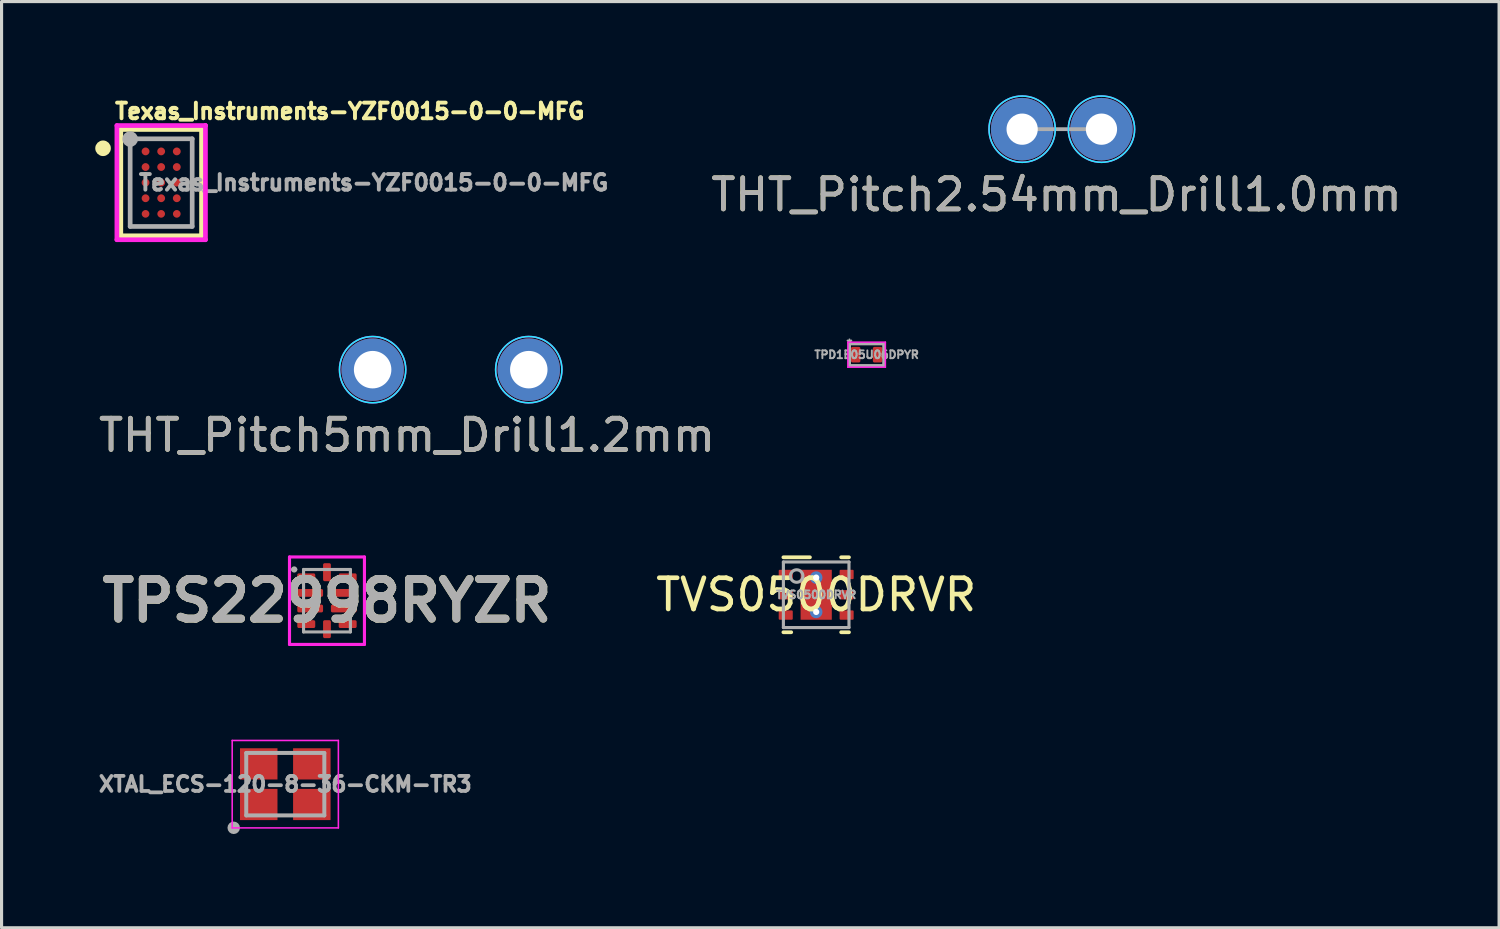
<source format=kicad_pcb>
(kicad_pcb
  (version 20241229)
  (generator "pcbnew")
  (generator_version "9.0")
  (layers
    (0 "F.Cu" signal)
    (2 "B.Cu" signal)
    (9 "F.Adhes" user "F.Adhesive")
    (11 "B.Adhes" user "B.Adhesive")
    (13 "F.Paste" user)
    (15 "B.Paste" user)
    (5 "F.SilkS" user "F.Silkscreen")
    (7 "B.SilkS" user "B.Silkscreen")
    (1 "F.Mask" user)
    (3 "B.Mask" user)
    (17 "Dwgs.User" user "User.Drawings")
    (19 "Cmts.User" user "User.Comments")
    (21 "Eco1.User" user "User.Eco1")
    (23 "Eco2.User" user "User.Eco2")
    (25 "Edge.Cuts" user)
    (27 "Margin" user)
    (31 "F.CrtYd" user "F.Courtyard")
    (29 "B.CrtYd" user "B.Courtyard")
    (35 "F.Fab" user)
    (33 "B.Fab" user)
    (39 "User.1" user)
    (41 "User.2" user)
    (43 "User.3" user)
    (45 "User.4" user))
  (footprint "TVS0500DRVR"
    (layer "F.Cu")
    (at 23.085 15.995)
    (property "Reference" "TVS0500DRVR" (at 0 0 0) (layer "F.SilkS") (effects (font (size 1 1) (thickness 0.15))))
    (attr smd)
    (fp_line (start -1.05 -1.2) (end -0.2 -1.2) (stroke (width 0.12) (type solid)) (layer "F.SilkS"))
    (fp_line (start -1.05 1.2) (end -0.8 1.2) (stroke (width 0.12) (type solid)) (layer "F.SilkS"))
    (fp_line (start 0.8 -1.2) (end 1.05 -1.2) (stroke (width 0.12) (type solid)) (layer "F.SilkS"))
    (fp_line (start 0.8 1.2) (end 1.05 1.2) (stroke (width 0.12) (type solid)) (layer "F.SilkS"))
    (fp_rect (start -0.5 -0.8) (end 0.5 -0.1) (stroke (width 0) (type solid)) (fill yes) (layer "F.Paste"))
    (fp_rect (start -0.5 0.1) (end 0.5 0.8) (stroke (width 0) (type solid)) (fill yes) (layer "F.Paste"))
    (fp_line (start -1.05 -1.05) (end 1.05 -1.05) (stroke (width 0.1) (type solid)) (layer "F.Fab"))
    (fp_line (start -1.05 1.05) (end -1.05 -1.05) (stroke (width 0.1) (type solid)) (layer "F.Fab"))
    (fp_line (start -1.05 1.05) (end 1.05 1.05) (stroke (width 0.1) (type solid)) (layer "F.Fab"))
    (fp_line (start 1.05 1.05) (end 1.05 -1.05) (stroke (width 0.1) (type solid)) (layer "F.Fab"))
    (fp_circle (center -0.625 -0.6) (end -0.425 -0.6) (stroke (width 0.1) (type solid)) (fill no) (layer "F.Fab"))
    (fp_text user "${REFERENCE}" (at 0 0 0) (layer "F.Fab") (effects (font (size 0.25 0.25) (thickness 0.062))))
    (pad "1" smd roundrect (at -0.975 -0.65) (size 0.45 0.3) (layers "F.Cu" "F.Mask" "F.Paste") (roundrect_rratio 0.111))
    (pad "2" smd roundrect (at -0.975 0) (size 0.45 0.3) (layers "F.Cu" "F.Mask" "F.Paste") (roundrect_rratio 0.111))
    (pad "3" smd roundrect (at -0.975 0.65) (size 0.45 0.3) (layers "F.Cu" "F.Mask" "F.Paste") (roundrect_rratio 0.111))
    (pad "4" smd roundrect (at 0.975 0.65) (size 0.45 0.3) (layers "F.Cu" "F.Mask" "F.Paste") (roundrect_rratio 0.111))
    (pad "5" smd roundrect (at 0.975 0) (size 0.45 0.3) (layers "F.Cu" "F.Mask" "F.Paste") (roundrect_rratio 0.111))
    (pad "6" smd roundrect (at 0.975 -0.65) (size 0.45 0.3) (layers "F.Cu" "F.Mask" "F.Paste") (roundrect_rratio 0.111))
    (pad "7" thru_hole circle (at 0 -0.55) (size 0.4 0.4) (drill 0.2) (layers "*.Cu" "*.Mask"))
    (pad "7" thru_hole circle (at 0 0.55) (size 0.4 0.4) (drill 0.2) (layers "*.Cu" "*.Mask"))
    (pad "7" smd custom (at 0 0.55) (size 0.5 0.5) (layers "F.Cu" "F.Mask") (options (anchor circle)) (primitives (gr_rect (start -0.5 -1.35) (end 0.5 0.25) (width 0) (fill yes)))))
  (footprint "TPS22998RYZR"
    (layer "F.Cu")
    (at 7.42 16.185)
    (property "Reference" "TPS22998RYZR" (at 0 0 0) (layer "F.SilkS") (effects (font (size 1.27 1.27) (thickness 0.254))))
    (attr smd)
    (fp_line (start -1.2 -1.4) (end 1.2 -1.4) (stroke (width 0.1) (type solid)) (layer "F.CrtYd"))
    (fp_line (start -1.2 1.4) (end -1.2 -1.4) (stroke (width 0.1) (type solid)) (layer "F.CrtYd"))
    (fp_line (start 1.2 -1.4) (end 1.2 1.4) (stroke (width 0.1) (type solid)) (layer "F.CrtYd"))
    (fp_line (start 1.2 1.4) (end -1.2 1.4) (stroke (width 0.1) (type solid)) (layer "F.CrtYd"))
    (fp_line (start -0.75 -1) (end 0.75 -1) (stroke (width 0.1) (type solid)) (layer "F.Fab"))
    (fp_line (start -0.75 1) (end -0.75 -1) (stroke (width 0.1) (type solid)) (layer "F.Fab"))
    (fp_line (start 0.75 -1) (end 0.75 1) (stroke (width 0.1) (type solid)) (layer "F.Fab"))
    (fp_line (start 0.75 1) (end -0.75 1) (stroke (width 0.1) (type solid)) (layer "F.Fab"))
    (fp_arc (start -1.1 -1) (mid -1.05 -1.05) (end -1 -1) (stroke (width 0.1) (type solid)) (layer "F.Fab"))
    (fp_arc (start -1 -1) (mid -1.05 -0.95) (end -1.1 -1) (stroke (width 0.1) (type solid)) (layer "F.Fab"))
    (fp_text user "${REFERENCE}" (at 0 0 0) (layer "F.Fab") (effects (font (size 1.27 1.27) (thickness 0.254))))
    (pad "1" smd roundrect (at -0.663 -0.75 90) (size 0.25 0.575) (layers "F.Cu" "F.Mask" "F.Paste") (roundrect_rratio 0.2))
    (pad "2" smd roundrect (at -0.538 -0.25 90) (size 0.25 0.825) (layers "F.Cu" "F.Mask" "F.Paste") (roundrect_rratio 0.2))
    (pad "3" smd roundrect (at -0.538 0.25 90) (size 0.25 0.825) (layers "F.Cu" "F.Mask" "F.Paste") (roundrect_rratio 0.2))
    (pad "4" smd roundrect (at -0.663 0.75 90) (size 0.25 0.575) (layers "F.Cu" "F.Mask" "F.Paste") (roundrect_rratio 0.2))
    (pad "5" smd roundrect (at 0 0.912) (size 0.25 0.575) (layers "F.Cu" "F.Mask" "F.Paste") (roundrect_rratio 0.2))
    (pad "6" smd roundrect (at 0.663 0.75 90) (size 0.25 0.575) (layers "F.Cu" "F.Mask" "F.Paste") (roundrect_rratio 0.2))
    (pad "7" smd roundrect (at 0.538 0.25 90) (size 0.25 0.825) (layers "F.Cu" "F.Mask" "F.Paste") (roundrect_rratio 0.2))
    (pad "8" smd roundrect (at 0.538 -0.25 90) (size 0.25 0.825) (layers "F.Cu" "F.Mask" "F.Paste") (roundrect_rratio 0.2))
    (pad "9" smd roundrect (at 0.663 -0.75 90) (size 0.25 0.575) (layers "F.Cu" "F.Mask" "F.Paste") (roundrect_rratio 0.2))
    (pad "10" smd roundrect (at 0 -0.913) (size 0.25 0.575) (layers "F.Cu" "F.Mask" "F.Paste") (roundrect_rratio 0.2)))
  (footprint "XTAL_ECS-120-8-36-CKM-TR3"
    (layer "F.Cu")
    (at 6.085 22.06)
    (property "Reference" "XTAL_ECS-120-8-36-CKM-TR3" (at 0 0 0) (layer "F.Fab") (effects (font (size 0.481 0.481) (thickness 0.12))))
    (attr smd)
    (fp_line (start -1.7 -1.4) (end -1.7 1.4) (stroke (width 0.05) (type solid)) (layer "F.CrtYd"))
    (fp_line (start -1.7 1.4) (end 1.7 1.4) (stroke (width 0.05) (type solid)) (layer "F.CrtYd"))
    (fp_line (start 1.7 -1.4) (end -1.7 -1.4) (stroke (width 0.05) (type solid)) (layer "F.CrtYd"))
    (fp_line (start 1.7 1.4) (end 1.7 -1.4) (stroke (width 0.05) (type solid)) (layer "F.CrtYd"))
    (fp_line (start -1.25 -1) (end -1.25 1) (stroke (width 0.127) (type solid)) (layer "F.Fab"))
    (fp_line (start -1.25 1) (end 1.25 1) (stroke (width 0.127) (type solid)) (layer "F.Fab"))
    (fp_line (start 1.25 -1) (end -1.25 -1) (stroke (width 0.127) (type solid)) (layer "F.Fab"))
    (fp_line (start 1.25 1) (end 1.25 -1) (stroke (width 0.127) (type solid)) (layer "F.Fab"))
    (fp_circle (center -1.651 1.397) (end -1.551 1.397) (stroke (width 0.2) (type solid)) (fill no) (layer "F.Fab"))
    (pad "1" smd rect (at -0.85 0.65 90) (size 1 1.2) (layers "F.Cu" "F.Mask" "F.Paste"))
    (pad "2" smd rect (at 0.85 0.65 90) (size 1 1.2) (layers "F.Cu" "F.Mask" "F.Paste"))
    (pad "3" smd rect (at 0.85 -0.65 90) (size 1 1.2) (layers "F.Cu" "F.Mask" "F.Paste"))
    (pad "4" smd rect (at -0.85 -0.65 90) (size 1 1.2) (layers "F.Cu" "F.Mask" "F.Paste")))
  (footprint "THT_Pitch2.54mm_Drill1.0mm"
    (layer "F.Cu")
    (at 29.68 1.086)
    (property "Reference" "THT_Pitch2.54mm_Drill1.0mm" (at 1.1 2.1 0) (layer "F.SilkS") (effects (font (size 1 1) (thickness 0.15))))
    (attr through_hole)
    (fp_circle (center 0 0) (end 0.75 0.75) (stroke (width 0.05) (type default)) (fill no) (layer "B.CrtYd"))
    (fp_circle (center 2.54 0) (end 3.601 0) (stroke (width 0.05) (type default)) (fill no) (layer "B.CrtYd"))
    (fp_circle (center 0 0) (end 0.75 0.75) (stroke (width 0.05) (type default)) (fill no) (layer "F.CrtYd"))
    (fp_circle (center 2.54 0) (end 3.601 0) (stroke (width 0.05) (type default)) (fill no) (layer "F.CrtYd"))
    (fp_line (start 2.54 0) (end 0 0) (stroke (width 0.12) (type solid)) (layer "F.Fab"))
    (fp_text user "${REFERENCE}" (at 1.1 2.1 0) (layer "F.Fab") (effects (font (size 1 1) (thickness 0.15))))
    (pad "1" thru_hole circle (at 0 0) (size 2 2) (drill 1) (layers "*.Cu" "*.Mask"))
    (pad "2" thru_hole circle (at 2.54 0) (size 2 2) (drill 1) (layers "*.Cu" "*.Mask")))
  (footprint "TPD1E05U06DPYR"
    (layer "F.Cu")
    (at 24.7 8.307)
    (property "Reference" "TPD1E05U06DPYR" (at 0 0 0) (layer "F.Fab") (effects (font (size 0.25 0.25) (thickness 0.062))))
    (attr smd)
    (fp_line (start -0.6 -0.4) (end 0.6 -0.4) (stroke (width 0.05) (type solid)) (layer "F.CrtYd"))
    (fp_line (start -0.6 0.4) (end -0.6 -0.4) (stroke (width 0.05) (type solid)) (layer "F.CrtYd"))
    (fp_line (start 0.6 -0.4) (end 0.6 0.4) (stroke (width 0.05) (type solid)) (layer "F.CrtYd"))
    (fp_line (start 0.6 0.4) (end -0.6 0.4) (stroke (width 0.05) (type solid)) (layer "F.CrtYd"))
    (fp_line (start -0.55 -0.35) (end -0.55 0.35) (stroke (width 0.1) (type solid)) (layer "F.Fab"))
    (fp_line (start -0.55 0.35) (end 0.55 0.35) (stroke (width 0.1) (type solid)) (layer "F.Fab"))
    (fp_line (start 0.55 -0.35) (end -0.55 -0.35) (stroke (width 0.1) (type solid)) (layer "F.Fab"))
    (fp_line (start 0.55 0.35) (end 0.55 -0.35) (stroke (width 0.1) (type solid)) (layer "F.Fab"))
    (fp_text user "*" (at -0.55 -0.35 0) (layer "F.Fab") (effects (font (size 0.25 0.25) (thickness 0.062))))
    (pad "1" smd roundrect (at -0.35 0 180) (size 0.3 0.5) (layers "F.Cu" "F.Mask" "F.Paste") (roundrect_rratio 0.167))
    (pad "2" smd roundrect (at 0.35 0 180) (size 0.3 0.5) (layers "F.Cu" "F.Mask" "F.Paste") (roundrect_rratio 0.167)))
  (footprint "Texas_Instruments-YZF0015-0-0-MFG"
    (layer "F.Cu")
    (at 2.111 2.798)
    (property "Reference" "Texas_Instruments-YZF0015-0-0-MFG" (at -1.543 -2.286 0) (layer "F.SilkS") (effects (font (size 0.5 0.5) (thickness 0.125)) (justify left)))
    (attr smd)
    (fp_line (start -1.293 -1.703) (end 1.293 -1.703) (stroke (width 0.15) (type solid)) (layer "F.SilkS"))
    (fp_line (start -1.293 1.703) (end -1.293 -1.703) (stroke (width 0.15) (type solid)) (layer "F.SilkS"))
    (fp_line (start 1.293 -1.703) (end 1.293 1.703) (stroke (width 0.15) (type solid)) (layer "F.SilkS"))
    (fp_line (start 1.293 1.703) (end -1.293 1.703) (stroke (width 0.15) (type solid)) (layer "F.SilkS"))
    (fp_circle (center -1.861 -1.1) (end -1.736 -1.1) (stroke (width 0.25) (type solid)) (fill no) (layer "F.SilkS"))
    (fp_line (start -1.418 -1.828) (end -1.418 1.828) (stroke (width 0.15) (type solid)) (layer "F.CrtYd"))
    (fp_line (start -1.418 1.828) (end 1.418 1.828) (stroke (width 0.15) (type solid)) (layer "F.CrtYd"))
    (fp_line (start 1.418 -1.828) (end -1.418 -1.828) (stroke (width 0.15) (type solid)) (layer "F.CrtYd"))
    (fp_line (start 1.418 -1.828) (end 1.418 -1.828) (stroke (width 0.15) (type solid)) (layer "F.CrtYd"))
    (fp_line (start 1.418 1.828) (end 1.418 -1.828) (stroke (width 0.15) (type solid)) (layer "F.CrtYd"))
    (fp_line (start -0.993 -1.403) (end 0.993 -1.403) (stroke (width 0.15) (type solid)) (layer "F.Fab"))
    (fp_line (start -0.993 1.403) (end -0.993 -1.403) (stroke (width 0.15) (type solid)) (layer "F.Fab"))
    (fp_line (start 0.993 -1.403) (end 0.993 1.403) (stroke (width 0.15) (type solid)) (layer "F.Fab"))
    (fp_line (start 0.993 1.403) (end -0.993 1.403) (stroke (width 0.15) (type solid)) (layer "F.Fab"))
    (fp_circle (center -0.993 -1.395) (end -0.868 -1.395) (stroke (width 0.25) (type solid)) (fill no) (layer "F.Fab"))
    (fp_text user "${REFERENCE}" (at -0.779 0 0) (layer "F.Fab") (effects (font (size 0.5 0.5) (thickness 0.125)) (justify left)))
    (pad "" smd roundrect (at -0.5 -1) (size 0.255 0.255) (layers "F.Paste") (roundrect_rratio 0.4))
    (pad "" smd roundrect (at -0.5 -0.5) (size 0.255 0.255) (layers "F.Paste") (roundrect_rratio 0.4))
    (pad "" smd roundrect (at -0.5 0) (size 0.255 0.255) (layers "F.Paste") (roundrect_rratio 0.4))
    (pad "" smd roundrect (at -0.5 0.5) (size 0.255 0.255) (layers "F.Paste") (roundrect_rratio 0.4))
    (pad "" smd roundrect (at -0.5 1) (size 0.255 0.255) (layers "F.Paste") (roundrect_rratio 0.4))
    (pad "" smd roundrect (at 0 -1) (size 0.255 0.255) (layers "F.Paste") (roundrect_rratio 0.4))
    (pad "" smd roundrect (at 0 -0.5) (size 0.255 0.255) (layers "F.Paste") (roundrect_rratio 0.4))
    (pad "" smd roundrect (at 0 0) (size 0.255 0.255) (layers "F.Paste") (roundrect_rratio 0.4))
    (pad "" smd roundrect (at 0 0.5) (size 0.255 0.255) (layers "F.Paste") (roundrect_rratio 0.4))
    (pad "" smd roundrect (at 0 1) (size 0.255 0.255) (layers "F.Paste") (roundrect_rratio 0.4))
    (pad "" smd roundrect (at 0.5 -1) (size 0.255 0.255) (layers "F.Paste") (roundrect_rratio 0.4))
    (pad "" smd roundrect (at 0.5 -0.5) (size 0.255 0.255) (layers "F.Paste") (roundrect_rratio 0.4))
    (pad "" smd roundrect (at 0.5 0) (size 0.255 0.255) (layers "F.Paste") (roundrect_rratio 0.4))
    (pad "" smd roundrect (at 0.5 0.5) (size 0.255 0.255) (layers "F.Paste") (roundrect_rratio 0.4))
    (pad "" smd roundrect (at 0.5 1) (size 0.255 0.255) (layers "F.Paste") (roundrect_rratio 0.4))
    (pad "A1" smd circle (at -0.5 -1) (size 0.25 0.25) (layers "F.Cu" "F.Mask"))
    (pad "A2" smd circle (at 0 -1) (size 0.25 0.25) (layers "F.Cu" "F.Mask"))
    (pad "A3" smd circle (at 0.5 -1) (size 0.25 0.25) (layers "F.Cu" "F.Mask"))
    (pad "B1" smd circle (at -0.5 -0.5) (size 0.25 0.25) (layers "F.Cu" "F.Mask"))
    (pad "B2" smd circle (at 0 -0.5) (size 0.25 0.25) (layers "F.Cu" "F.Mask"))
    (pad "B3" smd circle (at 0.5 -0.5) (size 0.25 0.25) (layers "F.Cu" "F.Mask"))
    (pad "C1" smd circle (at -0.5 0) (size 0.25 0.25) (layers "F.Cu" "F.Mask"))
    (pad "C2" smd circle (at 0 0) (size 0.25 0.25) (layers "F.Cu" "F.Mask"))
    (pad "C3" smd circle (at 0.5 0) (size 0.25 0.25) (layers "F.Cu" "F.Mask"))
    (pad "D1" smd circle (at -0.5 0.5) (size 0.25 0.25) (layers "F.Cu" "F.Mask"))
    (pad "D2" smd circle (at 0 0.5) (size 0.25 0.25) (layers "F.Cu" "F.Mask"))
    (pad "D3" smd circle (at 0.5 0.5) (size 0.25 0.25) (layers "F.Cu" "F.Mask"))
    (pad "E1" smd circle (at -0.5 1) (size 0.245 0.245) (layers "F.Cu" "F.Mask"))
    (pad "E2" smd circle (at 0 1) (size 0.245 0.245) (layers "F.Cu" "F.Mask"))
    (pad "E3" smd circle (at 0.5 1) (size 0.245 0.245) (layers "F.Cu" "F.Mask")))
  (footprint "THT_Pitch5mm_Drill1.2mm"
    (layer "F.Cu")
    (at 8.882 8.787)
    (property "Reference" "THT_Pitch5mm_Drill1.2mm" (at 1.1 2.1 0) (layer "F.SilkS") (effects (font (size 1 1) (thickness 0.15))))
    (attr through_hole)
    (fp_circle (center 0 0) (end 0.75 0.75) (stroke (width 0.05) (type default)) (fill no) (layer "B.CrtYd"))
    (fp_circle (center 5 0) (end 6.061 0) (stroke (width 0.05) (type default)) (fill no) (layer "B.CrtYd"))
    (fp_circle (center 0 0) (end 0.75 0.75) (stroke (width 0.05) (type default)) (fill no) (layer "F.CrtYd"))
    (fp_circle (center 5 0) (end 6.061 0) (stroke (width 0.05) (type default)) (fill no) (layer "F.CrtYd"))
    (fp_text user "${REFERENCE}" (at 1.1 2.1 0) (layer "F.Fab") (effects (font (size 1 1) (thickness 0.15))))
    (pad "1" thru_hole circle (at 0 0) (size 2 2) (drill 1.2) (layers "*.Cu" "*.Mask"))
    (pad "2" thru_hole circle (at 5 0) (size 2 2) (drill 1.2) (layers "*.Cu" "*.Mask")))
  (gr_rect
    (start -3 -3)
    (end 44.952 26.657)
    (stroke (width 0.1) (type default))
    (fill no)
    (layer "Edge.Cuts")))
</source>
